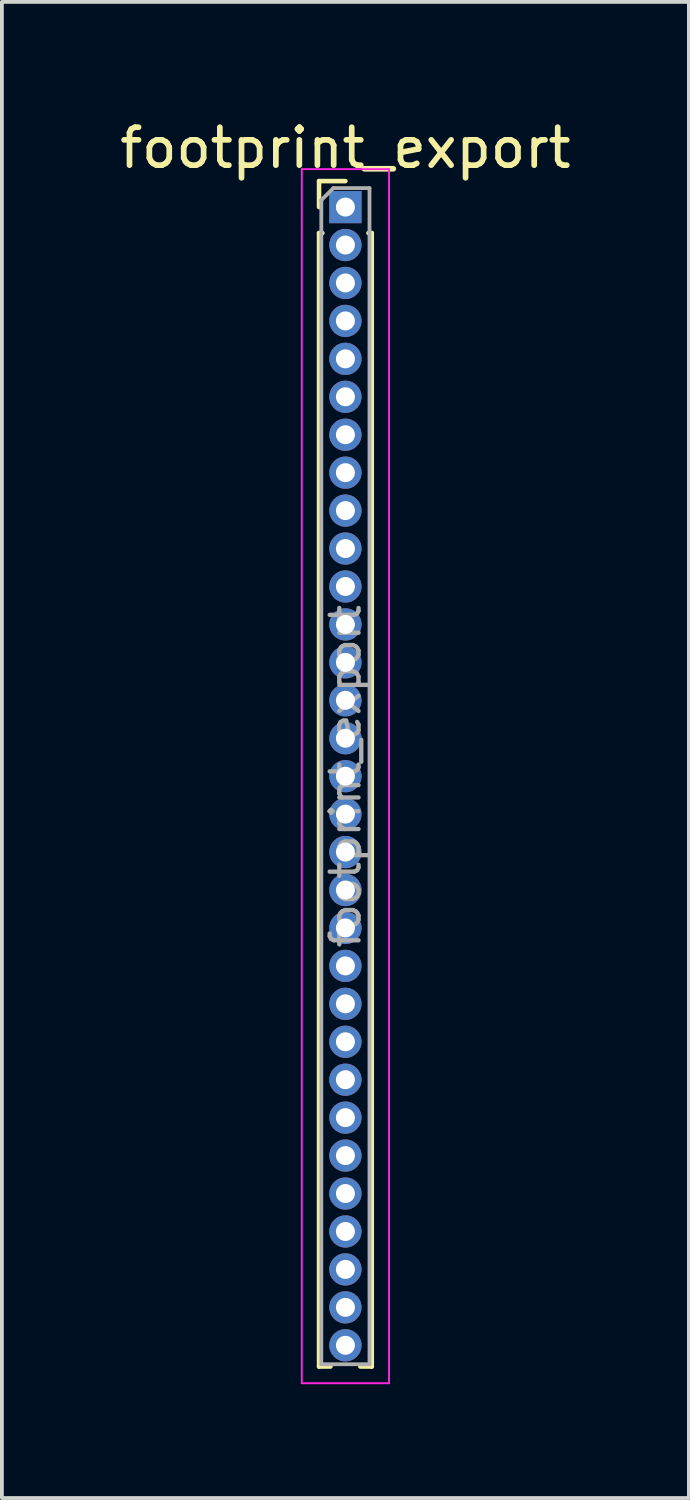
<source format=kicad_pcb>
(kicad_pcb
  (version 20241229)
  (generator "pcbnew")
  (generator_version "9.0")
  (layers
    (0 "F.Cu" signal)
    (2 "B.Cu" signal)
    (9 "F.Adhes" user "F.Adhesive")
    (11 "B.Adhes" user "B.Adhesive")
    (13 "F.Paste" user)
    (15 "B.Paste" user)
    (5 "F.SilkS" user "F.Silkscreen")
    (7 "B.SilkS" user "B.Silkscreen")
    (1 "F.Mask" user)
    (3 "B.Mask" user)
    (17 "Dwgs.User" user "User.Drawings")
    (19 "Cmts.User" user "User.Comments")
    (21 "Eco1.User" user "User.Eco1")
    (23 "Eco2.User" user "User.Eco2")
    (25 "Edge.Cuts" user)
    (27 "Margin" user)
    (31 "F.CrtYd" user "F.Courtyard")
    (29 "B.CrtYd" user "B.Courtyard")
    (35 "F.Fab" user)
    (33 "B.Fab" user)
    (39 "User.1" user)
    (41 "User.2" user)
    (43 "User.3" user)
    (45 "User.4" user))
  (footprint "footprint_export"
    (layer "F.Cu")
    (at 6.054 2.408)
    (property "Reference" "footprint_export" (at 0 -1.56 0) (layer "F.SilkS") (effects (font (size 1 1) (thickness 0.15))))
    (attr through_hole)
    (fp_line (start -0.695 -0.685) (end 0 -0.685) (stroke (width 0.12) (type solid)) (layer "F.SilkS"))
    (fp_line (start -0.695 0) (end -0.695 -0.685) (stroke (width 0.12) (type solid)) (layer "F.SilkS"))
    (fp_line (start -0.695 0.685) (end -0.695 30.56) (stroke (width 0.12) (type solid)) (layer "F.SilkS"))
    (fp_line (start -0.695 0.685) (end -0.608 0.685) (stroke (width 0.12) (type solid)) (layer "F.SilkS"))
    (fp_line (start -0.695 30.56) (end -0.394 30.56) (stroke (width 0.12) (type solid)) (layer "F.SilkS"))
    (fp_line (start 0.394 30.56) (end 0.695 30.56) (stroke (width 0.12) (type solid)) (layer "F.SilkS"))
    (fp_line (start 0.608 0.685) (end 0.695 0.685) (stroke (width 0.12) (type solid)) (layer "F.SilkS"))
    (fp_line (start 0.695 0.685) (end 0.695 30.56) (stroke (width 0.12) (type solid)) (layer "F.SilkS"))
    (fp_line (start -1.15 -1) (end -1.15 31) (stroke (width 0.05) (type solid)) (layer "F.CrtYd"))
    (fp_line (start -1.15 31) (end 1.15 31) (stroke (width 0.05) (type solid)) (layer "F.CrtYd"))
    (fp_line (start 1.15 -1) (end -1.15 -1) (stroke (width 0.05) (type solid)) (layer "F.CrtYd"))
    (fp_line (start 1.15 31) (end 1.15 -1) (stroke (width 0.05) (type solid)) (layer "F.CrtYd"))
    (fp_line (start -0.635 -0.182) (end -0.318 -0.5) (stroke (width 0.1) (type solid)) (layer "F.Fab"))
    (fp_line (start -0.635 30.5) (end -0.635 -0.182) (stroke (width 0.1) (type solid)) (layer "F.Fab"))
    (fp_line (start -0.318 -0.5) (end 0.635 -0.5) (stroke (width 0.1) (type solid)) (layer "F.Fab"))
    (fp_line (start 0.635 -0.5) (end 0.635 30.5) (stroke (width 0.1) (type solid)) (layer "F.Fab"))
    (fp_line (start 0.635 30.5) (end -0.635 30.5) (stroke (width 0.1) (type solid)) (layer "F.Fab"))
    (fp_text user "${REFERENCE}" (at 0 15 90) (layer "F.Fab") (effects (font (size 0.76 0.76) (thickness 0.114))))
    (pad "1" thru_hole rect (at 0 0) (size 0.85 0.85) (drill 0.5) (layers "*.Cu" "*.Mask"))
    (pad "2" thru_hole oval (at 0 1) (size 0.85 0.85) (drill 0.5) (layers "*.Cu" "*.Mask"))
    (pad "3" thru_hole oval (at 0 2) (size 0.85 0.85) (drill 0.5) (layers "*.Cu" "*.Mask"))
    (pad "4" thru_hole oval (at 0 3) (size 0.85 0.85) (drill 0.5) (layers "*.Cu" "*.Mask"))
    (pad "5" thru_hole oval (at 0 4) (size 0.85 0.85) (drill 0.5) (layers "*.Cu" "*.Mask"))
    (pad "6" thru_hole oval (at 0 5) (size 0.85 0.85) (drill 0.5) (layers "*.Cu" "*.Mask"))
    (pad "7" thru_hole oval (at 0 6) (size 0.85 0.85) (drill 0.5) (layers "*.Cu" "*.Mask"))
    (pad "8" thru_hole oval (at 0 7) (size 0.85 0.85) (drill 0.5) (layers "*.Cu" "*.Mask"))
    (pad "9" thru_hole oval (at 0 8) (size 0.85 0.85) (drill 0.5) (layers "*.Cu" "*.Mask"))
    (pad "10" thru_hole oval (at 0 9) (size 0.85 0.85) (drill 0.5) (layers "*.Cu" "*.Mask"))
    (pad "11" thru_hole oval (at 0 10) (size 0.85 0.85) (drill 0.5) (layers "*.Cu" "*.Mask"))
    (pad "12" thru_hole oval (at 0 11) (size 0.85 0.85) (drill 0.5) (layers "*.Cu" "*.Mask"))
    (pad "13" thru_hole oval (at 0 12) (size 0.85 0.85) (drill 0.5) (layers "*.Cu" "*.Mask"))
    (pad "14" thru_hole oval (at 0 13) (size 0.85 0.85) (drill 0.5) (layers "*.Cu" "*.Mask"))
    (pad "15" thru_hole oval (at 0 14) (size 0.85 0.85) (drill 0.5) (layers "*.Cu" "*.Mask"))
    (pad "16" thru_hole oval (at 0 15) (size 0.85 0.85) (drill 0.5) (layers "*.Cu" "*.Mask"))
    (pad "17" thru_hole oval (at 0 16) (size 0.85 0.85) (drill 0.5) (layers "*.Cu" "*.Mask"))
    (pad "18" thru_hole oval (at 0 17) (size 0.85 0.85) (drill 0.5) (layers "*.Cu" "*.Mask"))
    (pad "19" thru_hole oval (at 0 18) (size 0.85 0.85) (drill 0.5) (layers "*.Cu" "*.Mask"))
    (pad "20" thru_hole oval (at 0 19) (size 0.85 0.85) (drill 0.5) (layers "*.Cu" "*.Mask"))
    (pad "21" thru_hole oval (at 0 20) (size 0.85 0.85) (drill 0.5) (layers "*.Cu" "*.Mask"))
    (pad "22" thru_hole oval (at 0 21) (size 0.85 0.85) (drill 0.5) (layers "*.Cu" "*.Mask"))
    (pad "23" thru_hole oval (at 0 22) (size 0.85 0.85) (drill 0.5) (layers "*.Cu" "*.Mask"))
    (pad "24" thru_hole oval (at 0 23) (size 0.85 0.85) (drill 0.5) (layers "*.Cu" "*.Mask"))
    (pad "25" thru_hole oval (at 0 24) (size 0.85 0.85) (drill 0.5) (layers "*.Cu" "*.Mask"))
    (pad "26" thru_hole oval (at 0 25) (size 0.85 0.85) (drill 0.5) (layers "*.Cu" "*.Mask"))
    (pad "27" thru_hole oval (at 0 26) (size 0.85 0.85) (drill 0.5) (layers "*.Cu" "*.Mask"))
    (pad "28" thru_hole oval (at 0 27) (size 0.85 0.85) (drill 0.5) (layers "*.Cu" "*.Mask"))
    (pad "29" thru_hole oval (at 0 28) (size 0.85 0.85) (drill 0.5) (layers "*.Cu" "*.Mask"))
    (pad "30" thru_hole oval (at 0 29) (size 0.85 0.85) (drill 0.5) (layers "*.Cu" "*.Mask"))
    (pad "31" thru_hole oval (at 0 30) (size 0.85 0.85) (drill 0.5) (layers "*.Cu" "*.Mask")))
  (gr_rect
    (start -3 -3)
    (end 15.107 36.433)
    (stroke (width 0.1) (type default))
    (fill no)
    (layer "Edge.Cuts")))
</source>
